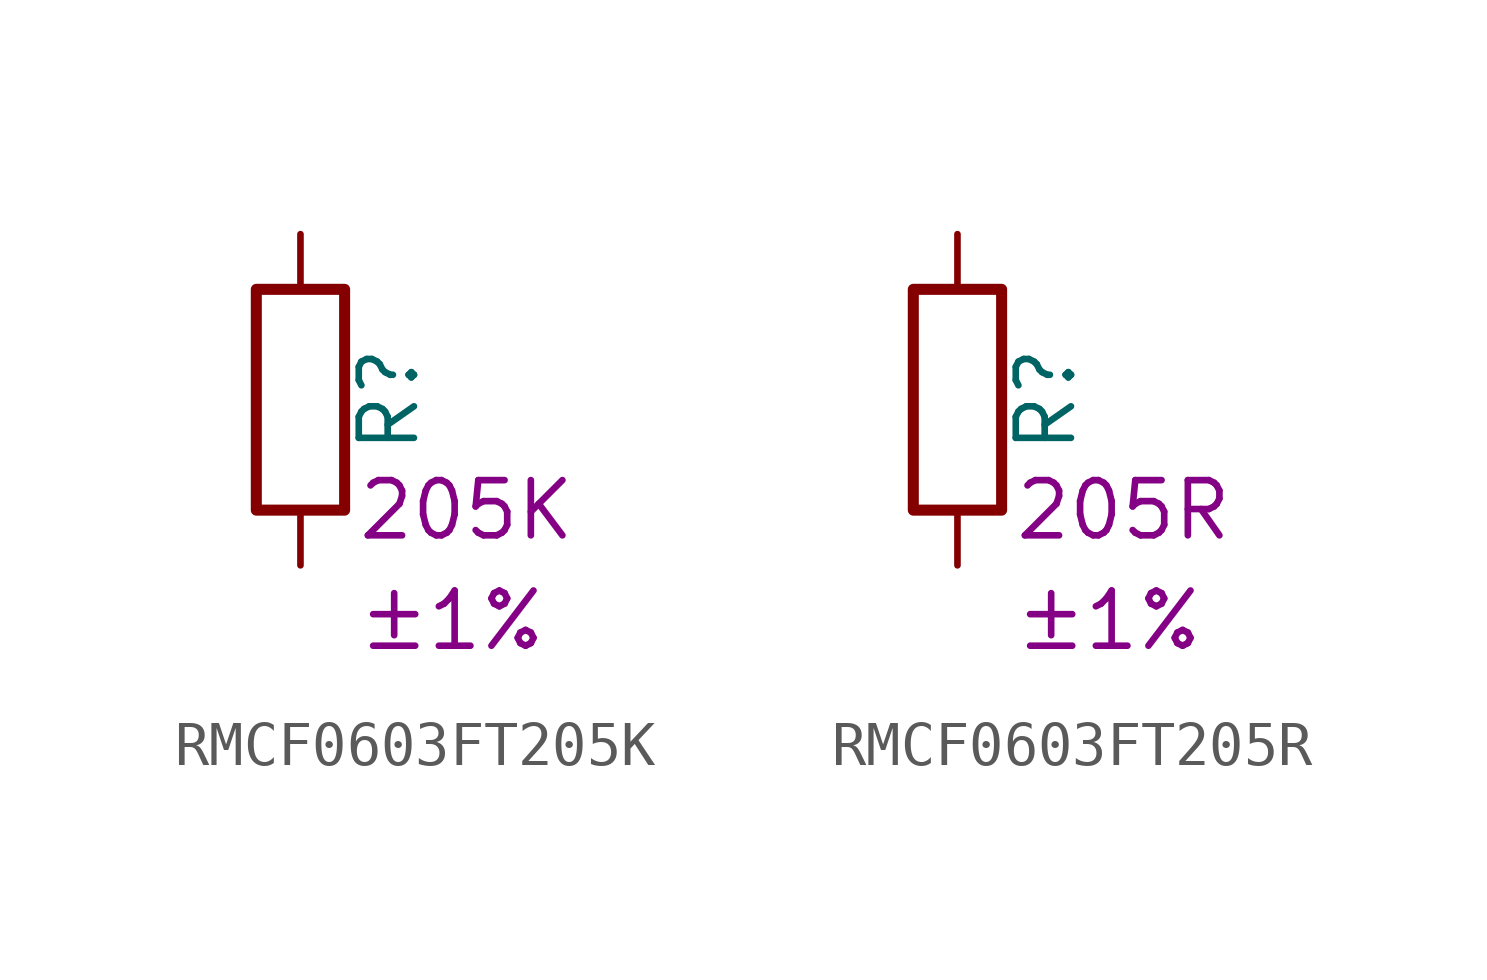
<source format=kicad_sym>
(kicad_symbol_lib
  (version 20220914)
  (generator kicad_symbol_editor)
  (symbol "RMCF0603FT205K"
    (pin_numbers hide)
    (pin_names
      (offset 0))
    (property "Reference" "R"
      (at 2.032 0 90)
      (effects (font (size 1.27 1.27))))
    (property "Resistance" "205K"
      (at 1.27 -2.54 0)
      (effects (font (size 1.27 1.27)) (justify left)))
    (property "Tolerance" "±1%"
      (at 1.27 -5.08 0)
      (effects (font (size 1.27 1.27)) (justify left)))
    (symbol "RMCF0603FT205K_0_1"
      (rectangle (start -1.016 -2.54) (end 1.016 2.54) (stroke (width 0.254) (type default)) (fill (type none))))
    (symbol "RMCF0603FT205K_1_1"
      (pin passive line (at 0 3.81 270) (length 1.27) (name "~" (effects (font (size 1.27 1.27)))) (number "1" (effects (font (size 1.27 1.27)))))
      (pin passive line (at 0 -3.81 90) (length 1.27) (name "~" (effects (font (size 1.27 1.27)))) (number "2" (effects (font (size 1.27 1.27)))))))
  (symbol "RMCF0603FT205R"
    (pin_numbers hide)
    (pin_names
      (offset 0))
    (property "Reference" "R"
      (at 2.032 0 90)
      (effects (font (size 1.27 1.27))))
    (property "Resistance" "205R"
      (at 1.27 -2.54 0)
      (effects (font (size 1.27 1.27)) (justify left)))
    (property "Tolerance" "±1%"
      (at 1.27 -5.08 0)
      (effects (font (size 1.27 1.27)) (justify left)))
    (symbol "RMCF0603FT205R_0_1"
      (rectangle (start -1.016 -2.54) (end 1.016 2.54) (stroke (width 0.254) (type default)) (fill (type none))))
    (symbol "RMCF0603FT205R_1_1"
      (pin passive line (at 0 3.81 270) (length 1.27) (name "~" (effects (font (size 1.27 1.27)))) (number "1" (effects (font (size 1.27 1.27)))))
      (pin passive line (at 0 -3.81 90) (length 1.27) (name "~" (effects (font (size 1.27 1.27)))) (number "2" (effects (font (size 1.27 1.27))))))))
</source>
